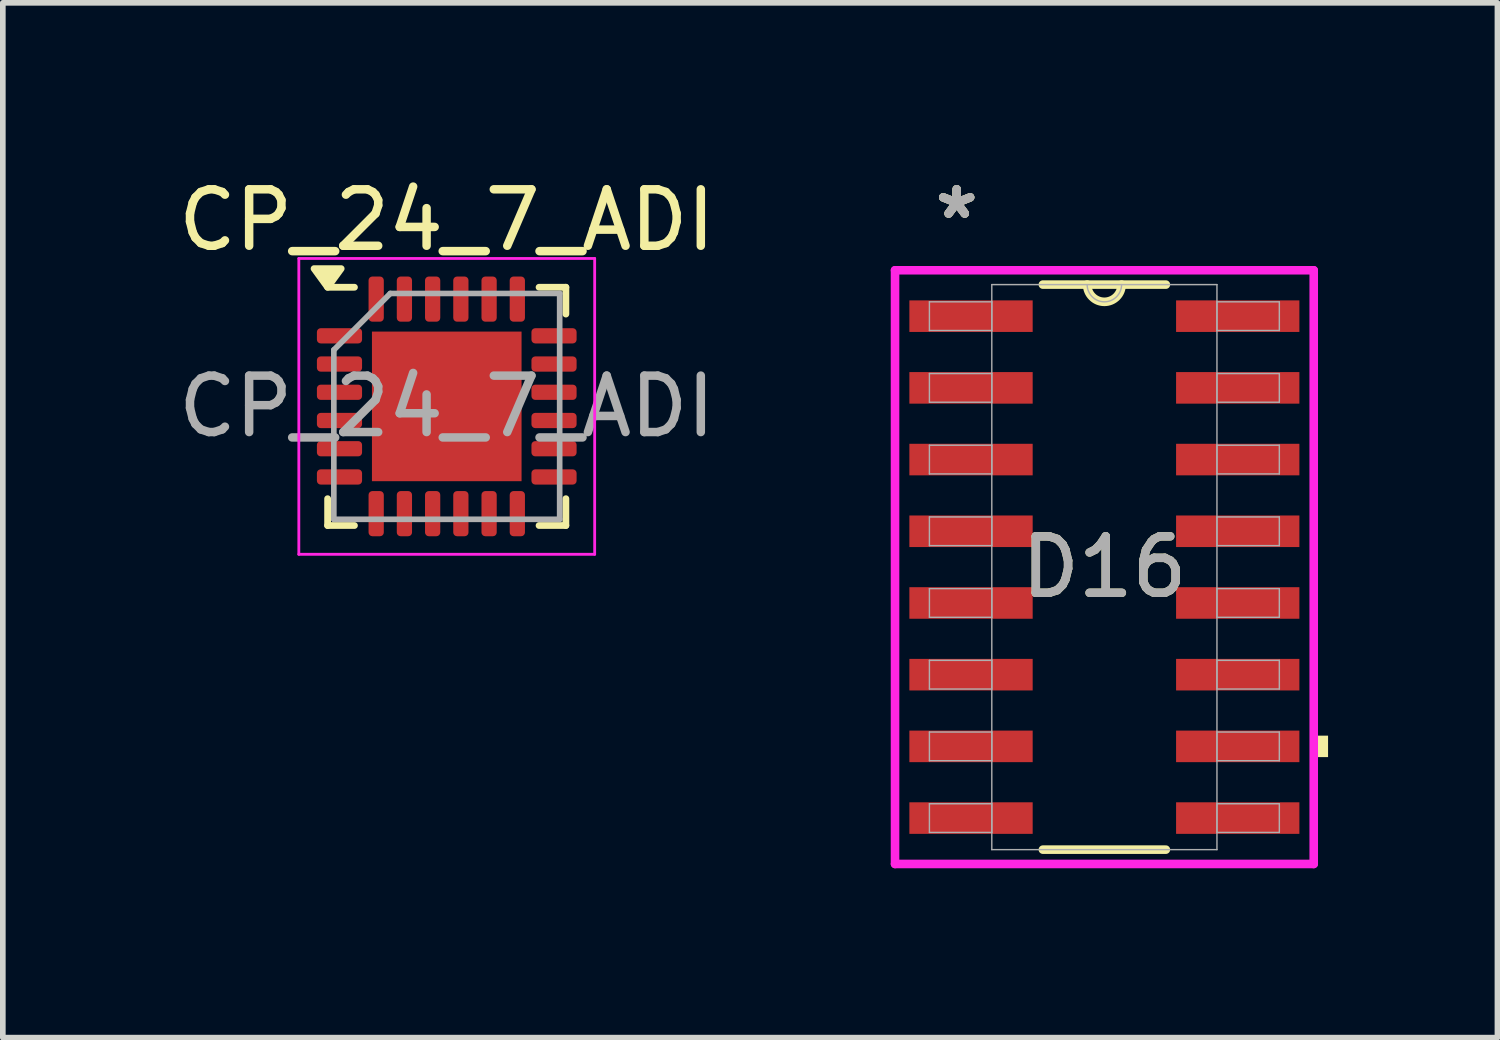
<source format=kicad_pcb>
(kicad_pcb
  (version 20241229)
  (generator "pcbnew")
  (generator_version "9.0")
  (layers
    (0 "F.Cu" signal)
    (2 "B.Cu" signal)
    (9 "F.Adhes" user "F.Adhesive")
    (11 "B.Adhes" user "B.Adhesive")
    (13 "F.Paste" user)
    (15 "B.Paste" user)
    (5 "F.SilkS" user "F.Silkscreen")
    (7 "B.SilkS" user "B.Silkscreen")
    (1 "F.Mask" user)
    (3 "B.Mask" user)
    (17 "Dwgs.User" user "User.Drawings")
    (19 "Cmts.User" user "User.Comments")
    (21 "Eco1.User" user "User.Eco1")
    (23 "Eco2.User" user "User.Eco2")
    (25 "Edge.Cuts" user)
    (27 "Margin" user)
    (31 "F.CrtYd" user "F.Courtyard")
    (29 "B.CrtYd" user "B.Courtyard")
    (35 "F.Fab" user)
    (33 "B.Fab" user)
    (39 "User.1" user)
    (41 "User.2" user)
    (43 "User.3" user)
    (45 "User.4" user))
  (footprint "D16"
    (layer "F.Cu")
    (at 16.511 6.995)
    (property "Reference" "D16" (at 0 0 0) (unlocked yes) (layer "F.SilkS") (effects (font (size 1 1) (thickness 0.15))))
    (attr smd)
    (fp_line (start -1.089 5.004) (end 1.089 5.004) (stroke (width 0.152) (type solid)) (layer "F.SilkS"))
    (fp_line (start 1.089 -5.004) (end -1.089 -5.004) (stroke (width 0.152) (type solid)) (layer "F.SilkS"))
    (fp_arc (start 0.3048 -5.0038) (mid 0 -4.699) (end -0.3048 -5.0038) (stroke (width 0.1524) (type solid)) (layer "F.SilkS"))
    (fp_poly (pts (xy 3.962 2.985) (xy 3.962 3.365) (xy 3.708 3.365) (xy 3.708 2.985)) (stroke (width 0) (type solid)) (fill yes) (layer "F.SilkS"))
    (fp_line (start -3.708 -5.258) (end 3.708 -5.258) (stroke (width 0.152) (type solid)) (layer "F.CrtYd"))
    (fp_line (start -3.708 5.258) (end -3.708 -5.258) (stroke (width 0.152) (type solid)) (layer "F.CrtYd"))
    (fp_line (start 3.708 -5.258) (end 3.708 5.258) (stroke (width 0.152) (type solid)) (layer "F.CrtYd"))
    (fp_line (start 3.708 5.258) (end -3.708 5.258) (stroke (width 0.152) (type solid)) (layer "F.CrtYd"))
    (fp_line (start -3.099 -4.699) (end -3.099 -4.191) (stroke (width 0.025) (type solid)) (layer "F.Fab"))
    (fp_line (start -3.099 -4.191) (end -1.994 -4.191) (stroke (width 0.025) (type solid)) (layer "F.Fab"))
    (fp_line (start -3.099 -3.429) (end -3.099 -2.921) (stroke (width 0.025) (type solid)) (layer "F.Fab"))
    (fp_line (start -3.099 -2.921) (end -1.994 -2.921) (stroke (width 0.025) (type solid)) (layer "F.Fab"))
    (fp_line (start -3.099 -2.159) (end -3.099 -1.651) (stroke (width 0.025) (type solid)) (layer "F.Fab"))
    (fp_line (start -3.099 -1.651) (end -1.994 -1.651) (stroke (width 0.025) (type solid)) (layer "F.Fab"))
    (fp_line (start -3.099 -0.889) (end -3.099 -0.381) (stroke (width 0.025) (type solid)) (layer "F.Fab"))
    (fp_line (start -3.099 -0.381) (end -1.994 -0.381) (stroke (width 0.025) (type solid)) (layer "F.Fab"))
    (fp_line (start -3.099 0.381) (end -3.099 0.889) (stroke (width 0.025) (type solid)) (layer "F.Fab"))
    (fp_line (start -3.099 0.889) (end -1.994 0.889) (stroke (width 0.025) (type solid)) (layer "F.Fab"))
    (fp_line (start -3.099 1.651) (end -3.099 2.159) (stroke (width 0.025) (type solid)) (layer "F.Fab"))
    (fp_line (start -3.099 2.159) (end -1.994 2.159) (stroke (width 0.025) (type solid)) (layer "F.Fab"))
    (fp_line (start -3.099 2.921) (end -3.099 3.429) (stroke (width 0.025) (type solid)) (layer "F.Fab"))
    (fp_line (start -3.099 3.429) (end -1.994 3.429) (stroke (width 0.025) (type solid)) (layer "F.Fab"))
    (fp_line (start -3.099 4.191) (end -3.099 4.699) (stroke (width 0.025) (type solid)) (layer "F.Fab"))
    (fp_line (start -3.099 4.699) (end -1.994 4.699) (stroke (width 0.025) (type solid)) (layer "F.Fab"))
    (fp_line (start -1.994 -5.004) (end -1.994 5.004) (stroke (width 0.025) (type solid)) (layer "F.Fab"))
    (fp_line (start -1.994 -4.699) (end -3.099 -4.699) (stroke (width 0.025) (type solid)) (layer "F.Fab"))
    (fp_line (start -1.994 -4.191) (end -1.994 -4.699) (stroke (width 0.025) (type solid)) (layer "F.Fab"))
    (fp_line (start -1.994 -3.429) (end -3.099 -3.429) (stroke (width 0.025) (type solid)) (layer "F.Fab"))
    (fp_line (start -1.994 -2.921) (end -1.994 -3.429) (stroke (width 0.025) (type solid)) (layer "F.Fab"))
    (fp_line (start -1.994 -2.159) (end -3.099 -2.159) (stroke (width 0.025) (type solid)) (layer "F.Fab"))
    (fp_line (start -1.994 -1.651) (end -1.994 -2.159) (stroke (width 0.025) (type solid)) (layer "F.Fab"))
    (fp_line (start -1.994 -0.889) (end -3.099 -0.889) (stroke (width 0.025) (type solid)) (layer "F.Fab"))
    (fp_line (start -1.994 -0.381) (end -1.994 -0.889) (stroke (width 0.025) (type solid)) (layer "F.Fab"))
    (fp_line (start -1.994 0.381) (end -3.099 0.381) (stroke (width 0.025) (type solid)) (layer "F.Fab"))
    (fp_line (start -1.994 0.889) (end -1.994 0.381) (stroke (width 0.025) (type solid)) (layer "F.Fab"))
    (fp_line (start -1.994 1.651) (end -3.099 1.651) (stroke (width 0.025) (type solid)) (layer "F.Fab"))
    (fp_line (start -1.994 2.159) (end -1.994 1.651) (stroke (width 0.025) (type solid)) (layer "F.Fab"))
    (fp_line (start -1.994 2.921) (end -3.099 2.921) (stroke (width 0.025) (type solid)) (layer "F.Fab"))
    (fp_line (start -1.994 3.429) (end -1.994 2.921) (stroke (width 0.025) (type solid)) (layer "F.Fab"))
    (fp_line (start -1.994 4.191) (end -3.099 4.191) (stroke (width 0.025) (type solid)) (layer "F.Fab"))
    (fp_line (start -1.994 4.699) (end -1.994 4.191) (stroke (width 0.025) (type solid)) (layer "F.Fab"))
    (fp_line (start -1.994 5.004) (end 1.994 5.004) (stroke (width 0.025) (type solid)) (layer "F.Fab"))
    (fp_line (start 1.994 -5.004) (end -1.994 -5.004) (stroke (width 0.025) (type solid)) (layer "F.Fab"))
    (fp_line (start 1.994 -4.699) (end 1.994 -4.191) (stroke (width 0.025) (type solid)) (layer "F.Fab"))
    (fp_line (start 1.994 -4.191) (end 3.099 -4.191) (stroke (width 0.025) (type solid)) (layer "F.Fab"))
    (fp_line (start 1.994 -3.429) (end 1.994 -2.921) (stroke (width 0.025) (type solid)) (layer "F.Fab"))
    (fp_line (start 1.994 -2.921) (end 3.099 -2.921) (stroke (width 0.025) (type solid)) (layer "F.Fab"))
    (fp_line (start 1.994 -2.159) (end 1.994 -1.651) (stroke (width 0.025) (type solid)) (layer "F.Fab"))
    (fp_line (start 1.994 -1.651) (end 3.099 -1.651) (stroke (width 0.025) (type solid)) (layer "F.Fab"))
    (fp_line (start 1.994 -0.889) (end 1.994 -0.381) (stroke (width 0.025) (type solid)) (layer "F.Fab"))
    (fp_line (start 1.994 -0.381) (end 3.099 -0.381) (stroke (width 0.025) (type solid)) (layer "F.Fab"))
    (fp_line (start 1.994 0.381) (end 1.994 0.889) (stroke (width 0.025) (type solid)) (layer "F.Fab"))
    (fp_line (start 1.994 0.889) (end 3.099 0.889) (stroke (width 0.025) (type solid)) (layer "F.Fab"))
    (fp_line (start 1.994 1.651) (end 1.994 2.159) (stroke (width 0.025) (type solid)) (layer "F.Fab"))
    (fp_line (start 1.994 2.159) (end 3.099 2.159) (stroke (width 0.025) (type solid)) (layer "F.Fab"))
    (fp_line (start 1.994 2.921) (end 1.994 3.429) (stroke (width 0.025) (type solid)) (layer "F.Fab"))
    (fp_line (start 1.994 3.429) (end 3.099 3.429) (stroke (width 0.025) (type solid)) (layer "F.Fab"))
    (fp_line (start 1.994 4.191) (end 1.994 4.699) (stroke (width 0.025) (type solid)) (layer "F.Fab"))
    (fp_line (start 1.994 4.699) (end 3.099 4.699) (stroke (width 0.025) (type solid)) (layer "F.Fab"))
    (fp_line (start 1.994 5.004) (end 1.994 -5.004) (stroke (width 0.025) (type solid)) (layer "F.Fab"))
    (fp_line (start 3.099 -4.699) (end 1.994 -4.699) (stroke (width 0.025) (type solid)) (layer "F.Fab"))
    (fp_line (start 3.099 -4.191) (end 3.099 -4.699) (stroke (width 0.025) (type solid)) (layer "F.Fab"))
    (fp_line (start 3.099 -3.429) (end 1.994 -3.429) (stroke (width 0.025) (type solid)) (layer "F.Fab"))
    (fp_line (start 3.099 -2.921) (end 3.099 -3.429) (stroke (width 0.025) (type solid)) (layer "F.Fab"))
    (fp_line (start 3.099 -2.159) (end 1.994 -2.159) (stroke (width 0.025) (type solid)) (layer "F.Fab"))
    (fp_line (start 3.099 -1.651) (end 3.099 -2.159) (stroke (width 0.025) (type solid)) (layer "F.Fab"))
    (fp_line (start 3.099 -0.889) (end 1.994 -0.889) (stroke (width 0.025) (type solid)) (layer "F.Fab"))
    (fp_line (start 3.099 -0.381) (end 3.099 -0.889) (stroke (width 0.025) (type solid)) (layer "F.Fab"))
    (fp_line (start 3.099 0.381) (end 1.994 0.381) (stroke (width 0.025) (type solid)) (layer "F.Fab"))
    (fp_line (start 3.099 0.889) (end 3.099 0.381) (stroke (width 0.025) (type solid)) (layer "F.Fab"))
    (fp_line (start 3.099 1.651) (end 1.994 1.651) (stroke (width 0.025) (type solid)) (layer "F.Fab"))
    (fp_line (start 3.099 2.159) (end 3.099 1.651) (stroke (width 0.025) (type solid)) (layer "F.Fab"))
    (fp_line (start 3.099 2.921) (end 1.994 2.921) (stroke (width 0.025) (type solid)) (layer "F.Fab"))
    (fp_line (start 3.099 3.429) (end 3.099 2.921) (stroke (width 0.025) (type solid)) (layer "F.Fab"))
    (fp_line (start 3.099 4.191) (end 1.994 4.191) (stroke (width 0.025) (type solid)) (layer "F.Fab"))
    (fp_line (start 3.099 4.699) (end 3.099 4.191) (stroke (width 0.025) (type solid)) (layer "F.Fab"))
    (fp_arc (start 0.3048 -5.0038) (mid 0 -4.699) (end -0.3048 -5.0038) (stroke (width 0.0254) (type solid)) (layer "F.Fab"))
    (fp_text user "*" (at -2.616 -6.147 0) (unlocked yes) (layer "F.SilkS") (effects (font (size 1 1) (thickness 0.15))))
    (fp_text user "*" (at -2.616 -6.147 0) (layer "F.SilkS") (effects (font (size 1 1) (thickness 0.15))))
    (fp_text user "*" (at -2.616 -6.147 0) (unlocked yes) (layer "F.Fab") (effects (font (size 1 1) (thickness 0.15))))
    (fp_text user "*" (at -2.616 -6.147 0) (layer "F.Fab") (effects (font (size 1 1) (thickness 0.15))))
    (fp_text user "${REFERENCE}" (at 0 0 0) (unlocked yes) (layer "F.Fab") (effects (font (size 1 1) (thickness 0.15))))
    (pad "1" smd rect (at -2.362 -4.445) (size 2.184 0.559) (layers "F.Cu" "F.Mask" "F.Paste"))
    (pad "2" smd rect (at -2.362 -3.175) (size 2.184 0.559) (layers "F.Cu" "F.Mask" "F.Paste"))
    (pad "3" smd rect (at -2.362 -1.905) (size 2.184 0.559) (layers "F.Cu" "F.Mask" "F.Paste"))
    (pad "4" smd rect (at -2.362 -0.635) (size 2.184 0.559) (layers "F.Cu" "F.Mask" "F.Paste"))
    (pad "5" smd rect (at -2.362 0.635) (size 2.184 0.559) (layers "F.Cu" "F.Mask" "F.Paste"))
    (pad "6" smd rect (at -2.362 1.905) (size 2.184 0.559) (layers "F.Cu" "F.Mask" "F.Paste"))
    (pad "7" smd rect (at -2.362 3.175) (size 2.184 0.559) (layers "F.Cu" "F.Mask" "F.Paste"))
    (pad "8" smd rect (at -2.362 4.445) (size 2.184 0.559) (layers "F.Cu" "F.Mask" "F.Paste"))
    (pad "9" smd rect (at 2.362 4.445) (size 2.184 0.559) (layers "F.Cu" "F.Mask" "F.Paste"))
    (pad "10" smd rect (at 2.362 3.175) (size 2.184 0.559) (layers "F.Cu" "F.Mask" "F.Paste"))
    (pad "11" smd rect (at 2.362 1.905) (size 2.184 0.559) (layers "F.Cu" "F.Mask" "F.Paste"))
    (pad "12" smd rect (at 2.362 0.635) (size 2.184 0.559) (layers "F.Cu" "F.Mask" "F.Paste"))
    (pad "13" smd rect (at 2.362 -0.635) (size 2.184 0.559) (layers "F.Cu" "F.Mask" "F.Paste"))
    (pad "14" smd rect (at 2.362 -1.905) (size 2.184 0.559) (layers "F.Cu" "F.Mask" "F.Paste"))
    (pad "15" smd rect (at 2.362 -3.175) (size 2.184 0.559) (layers "F.Cu" "F.Mask" "F.Paste"))
    (pad "16" smd rect (at 2.362 -4.445) (size 2.184 0.559) (layers "F.Cu" "F.Mask" "F.Paste")))
  (footprint "CP_24_7_ADI"
    (layer "F.Cu")
    (at 4.863 4.148)
    (property "Reference" "CP_24_7_ADI" (at 0 -3.3 0) (layer "F.SilkS") (effects (font (size 1 1) (thickness 0.15))))
    (attr smd)
    (fp_line (start -2.11 2.11) (end -2.11 1.635) (stroke (width 0.12) (type solid)) (layer "F.SilkS"))
    (fp_line (start -1.635 -2.11) (end -2.11 -2.11) (stroke (width 0.12) (type solid)) (layer "F.SilkS"))
    (fp_line (start -1.635 2.11) (end -2.11 2.11) (stroke (width 0.12) (type solid)) (layer "F.SilkS"))
    (fp_line (start 1.635 -2.11) (end 2.11 -2.11) (stroke (width 0.12) (type solid)) (layer "F.SilkS"))
    (fp_line (start 1.635 2.11) (end 2.11 2.11) (stroke (width 0.12) (type solid)) (layer "F.SilkS"))
    (fp_line (start 2.11 -2.11) (end 2.11 -1.635) (stroke (width 0.12) (type solid)) (layer "F.SilkS"))
    (fp_line (start 2.11 2.11) (end 2.11 1.635) (stroke (width 0.12) (type solid)) (layer "F.SilkS"))
    (fp_poly (pts (xy -2.11 -2.11) (xy -2.35 -2.44) (xy -1.87 -2.44) (xy -2.11 -2.11)) (stroke (width 0.12) (type solid)) (fill yes) (layer "F.SilkS"))
    (fp_line (start -2.62 -2.62) (end -2.62 2.62) (stroke (width 0.05) (type solid)) (layer "F.CrtYd"))
    (fp_line (start -2.62 2.62) (end 2.62 2.62) (stroke (width 0.05) (type solid)) (layer "F.CrtYd"))
    (fp_line (start 2.62 -2.62) (end -2.62 -2.62) (stroke (width 0.05) (type solid)) (layer "F.CrtYd"))
    (fp_line (start 2.62 2.62) (end 2.62 -2.62) (stroke (width 0.05) (type solid)) (layer "F.CrtYd"))
    (fp_line (start -2 -1) (end -1 -2) (stroke (width 0.1) (type solid)) (layer "F.Fab"))
    (fp_line (start -2 2) (end -2 -1) (stroke (width 0.1) (type solid)) (layer "F.Fab"))
    (fp_line (start -1 -2) (end 2 -2) (stroke (width 0.1) (type solid)) (layer "F.Fab"))
    (fp_line (start 2 -2) (end 2 2) (stroke (width 0.1) (type solid)) (layer "F.Fab"))
    (fp_line (start 2 2) (end -2 2) (stroke (width 0.1) (type solid)) (layer "F.Fab"))
    (fp_text user "${REFERENCE}" (at 0 0 0) (layer "F.Fab") (effects (font (size 1 1) (thickness 0.15))))
    (pad "" smd roundrect (at -0.662 -0.662) (size 1.07 1.07) (layers "F.Paste") (roundrect_rratio 0.234))
    (pad "" smd roundrect (at -0.662 0.662) (size 1.07 1.07) (layers "F.Paste") (roundrect_rratio 0.234))
    (pad "" smd roundrect (at 0.662 -0.662) (size 1.07 1.07) (layers "F.Paste") (roundrect_rratio 0.234))
    (pad "" smd roundrect (at 0.662 0.662) (size 1.07 1.07) (layers "F.Paste") (roundrect_rratio 0.234))
    (pad "1" smd roundrect (at -1.9 -1.25) (size 0.8 0.27) (layers "F.Cu" "F.Mask" "F.Paste") (roundrect_rratio 0.25))
    (pad "2" smd roundrect (at -1.9 -0.75) (size 0.8 0.27) (layers "F.Cu" "F.Mask" "F.Paste") (roundrect_rratio 0.25))
    (pad "3" smd roundrect (at -1.9 -0.25) (size 0.8 0.27) (layers "F.Cu" "F.Mask" "F.Paste") (roundrect_rratio 0.25))
    (pad "4" smd roundrect (at -1.9 0.25) (size 0.8 0.27) (layers "F.Cu" "F.Mask" "F.Paste") (roundrect_rratio 0.25))
    (pad "5" smd roundrect (at -1.9 0.75) (size 0.8 0.27) (layers "F.Cu" "F.Mask" "F.Paste") (roundrect_rratio 0.25))
    (pad "6" smd roundrect (at -1.9 1.25) (size 0.8 0.27) (layers "F.Cu" "F.Mask" "F.Paste") (roundrect_rratio 0.25))
    (pad "7" smd roundrect (at -1.25 1.9) (size 0.27 0.8) (layers "F.Cu" "F.Mask" "F.Paste") (roundrect_rratio 0.25))
    (pad "8" smd roundrect (at -0.75 1.9) (size 0.27 0.8) (layers "F.Cu" "F.Mask" "F.Paste") (roundrect_rratio 0.25))
    (pad "9" smd roundrect (at -0.25 1.9) (size 0.27 0.8) (layers "F.Cu" "F.Mask" "F.Paste") (roundrect_rratio 0.25))
    (pad "10" smd roundrect (at 0.25 1.9) (size 0.27 0.8) (layers "F.Cu" "F.Mask" "F.Paste") (roundrect_rratio 0.25))
    (pad "11" smd roundrect (at 0.75 1.9) (size 0.27 0.8) (layers "F.Cu" "F.Mask" "F.Paste") (roundrect_rratio 0.25))
    (pad "12" smd roundrect (at 1.25 1.9) (size 0.27 0.8) (layers "F.Cu" "F.Mask" "F.Paste") (roundrect_rratio 0.25))
    (pad "13" smd roundrect (at 1.9 1.25) (size 0.8 0.27) (layers "F.Cu" "F.Mask" "F.Paste") (roundrect_rratio 0.25))
    (pad "14" smd roundrect (at 1.9 0.75) (size 0.8 0.27) (layers "F.Cu" "F.Mask" "F.Paste") (roundrect_rratio 0.25))
    (pad "15" smd roundrect (at 1.9 0.25) (size 0.8 0.27) (layers "F.Cu" "F.Mask" "F.Paste") (roundrect_rratio 0.25))
    (pad "16" smd roundrect (at 1.9 -0.25) (size 0.8 0.27) (layers "F.Cu" "F.Mask" "F.Paste") (roundrect_rratio 0.25))
    (pad "17" smd roundrect (at 1.9 -0.75) (size 0.8 0.27) (layers "F.Cu" "F.Mask" "F.Paste") (roundrect_rratio 0.25))
    (pad "18" smd roundrect (at 1.9 -1.25) (size 0.8 0.27) (layers "F.Cu" "F.Mask" "F.Paste") (roundrect_rratio 0.25))
    (pad "19" smd roundrect (at 1.25 -1.9) (size 0.27 0.8) (layers "F.Cu" "F.Mask" "F.Paste") (roundrect_rratio 0.25))
    (pad "20" smd roundrect (at 0.75 -1.9) (size 0.27 0.8) (layers "F.Cu" "F.Mask" "F.Paste") (roundrect_rratio 0.25))
    (pad "21" smd roundrect (at 0.25 -1.9) (size 0.27 0.8) (layers "F.Cu" "F.Mask" "F.Paste") (roundrect_rratio 0.25))
    (pad "22" smd roundrect (at -0.25 -1.9) (size 0.27 0.8) (layers "F.Cu" "F.Mask" "F.Paste") (roundrect_rratio 0.25))
    (pad "23" smd roundrect (at -0.75 -1.9) (size 0.27 0.8) (layers "F.Cu" "F.Mask" "F.Paste") (roundrect_rratio 0.25))
    (pad "24" smd roundrect (at -1.25 -1.9) (size 0.27 0.8) (layers "F.Cu" "F.Mask" "F.Paste") (roundrect_rratio 0.25))
    (pad "25" smd rect (at 0 0) (size 2.65 2.65) (layers "F.Cu" "F.Mask")))
  (gr_rect
    (start -3 -3)
    (end 23.473 15.329)
    (stroke (width 0.1) (type default))
    (fill no)
    (layer "Edge.Cuts")))
</source>
